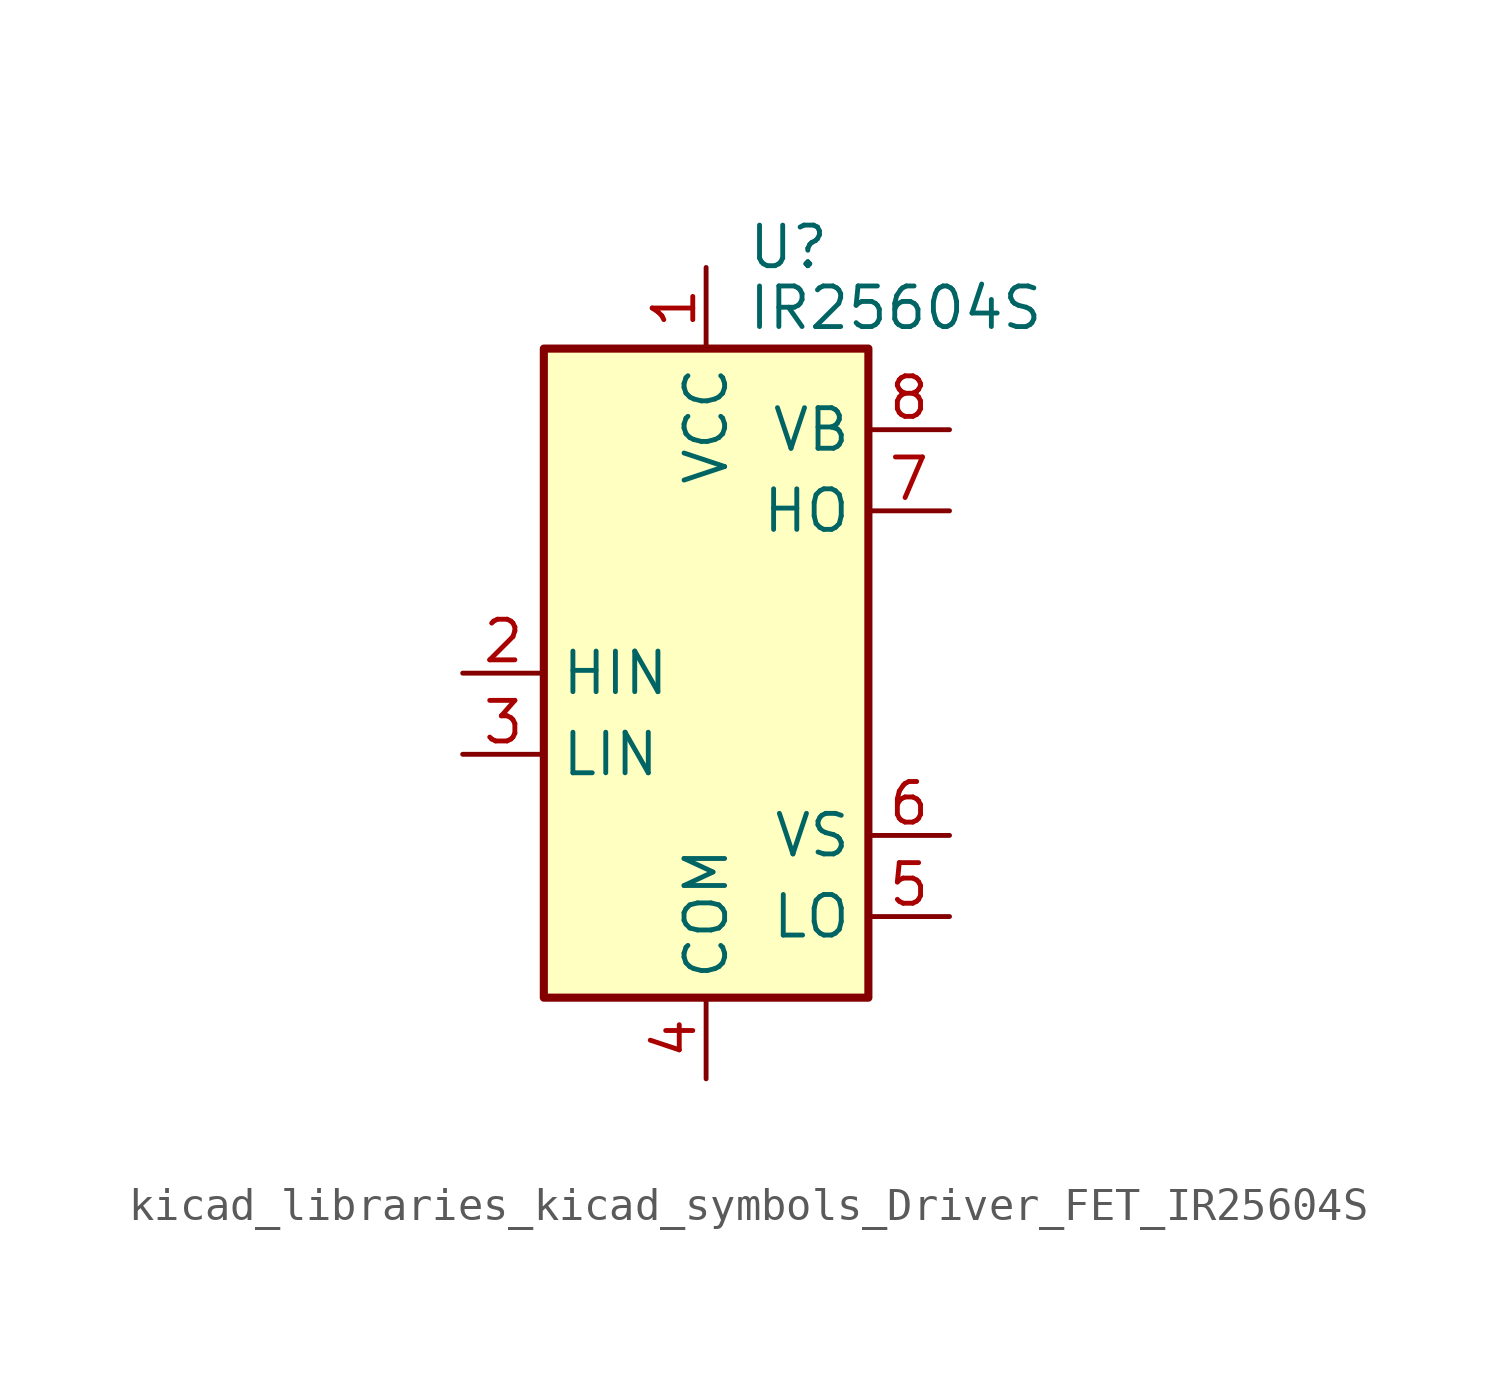
<source format=kicad_sym>
(kicad_symbol_lib
  (version 20220914)
  (generator kicad_symbol_editor)
  (symbol "kicad_libraries_kicad_symbols_Driver_FET_IR25604S"
    (property "Reference" "U"
      (at 1.27 13.335 0)
      (effects (font (size 1.27 1.27)) (justify left)))
    (property "Value" "IR25604S"
      (at 1.27 11.43 0)
      (effects (font (size 1.27 1.27)) (justify left)))
    (symbol "kicad_libraries_kicad_symbols_Driver_FET_IR25604S_0_1"
      (rectangle (start -5.08 -10.16) (end 5.08 10.16) (stroke (width 0.254) (type default)) (fill (type background))))
    (symbol "kicad_libraries_kicad_symbols_Driver_FET_IR25604S_1_1"
      (pin power_in line (at 0 12.7 270) (length 2.54) (name "VCC" (effects (font (size 1.27 1.27)))) (number "1" (effects (font (size 1.27 1.27)))))
      (pin input line (at -7.62 0 0) (length 2.54) (name "HIN" (effects (font (size 1.27 1.27)))) (number "2" (effects (font (size 1.27 1.27)))))
      (pin input line (at -7.62 -2.54 0) (length 2.54) (name "LIN" (effects (font (size 1.27 1.27)))) (number "3" (effects (font (size 1.27 1.27)))))
      (pin power_in line (at 0 -12.7 90) (length 2.54) (name "COM" (effects (font (size 1.27 1.27)))) (number "4" (effects (font (size 1.27 1.27)))))
      (pin output line (at 7.62 -7.62 180) (length 2.54) (name "LO" (effects (font (size 1.27 1.27)))) (number "5" (effects (font (size 1.27 1.27)))))
      (pin passive line (at 7.62 -5.08 180) (length 2.54) (name "VS" (effects (font (size 1.27 1.27)))) (number "6" (effects (font (size 1.27 1.27)))))
      (pin output line (at 7.62 5.08 180) (length 2.54) (name "HO" (effects (font (size 1.27 1.27)))) (number "7" (effects (font (size 1.27 1.27)))))
      (pin passive line (at 7.62 7.62 180) (length 2.54) (name "VB" (effects (font (size 1.27 1.27)))) (number "8" (effects (font (size 1.27 1.27))))))))
</source>
